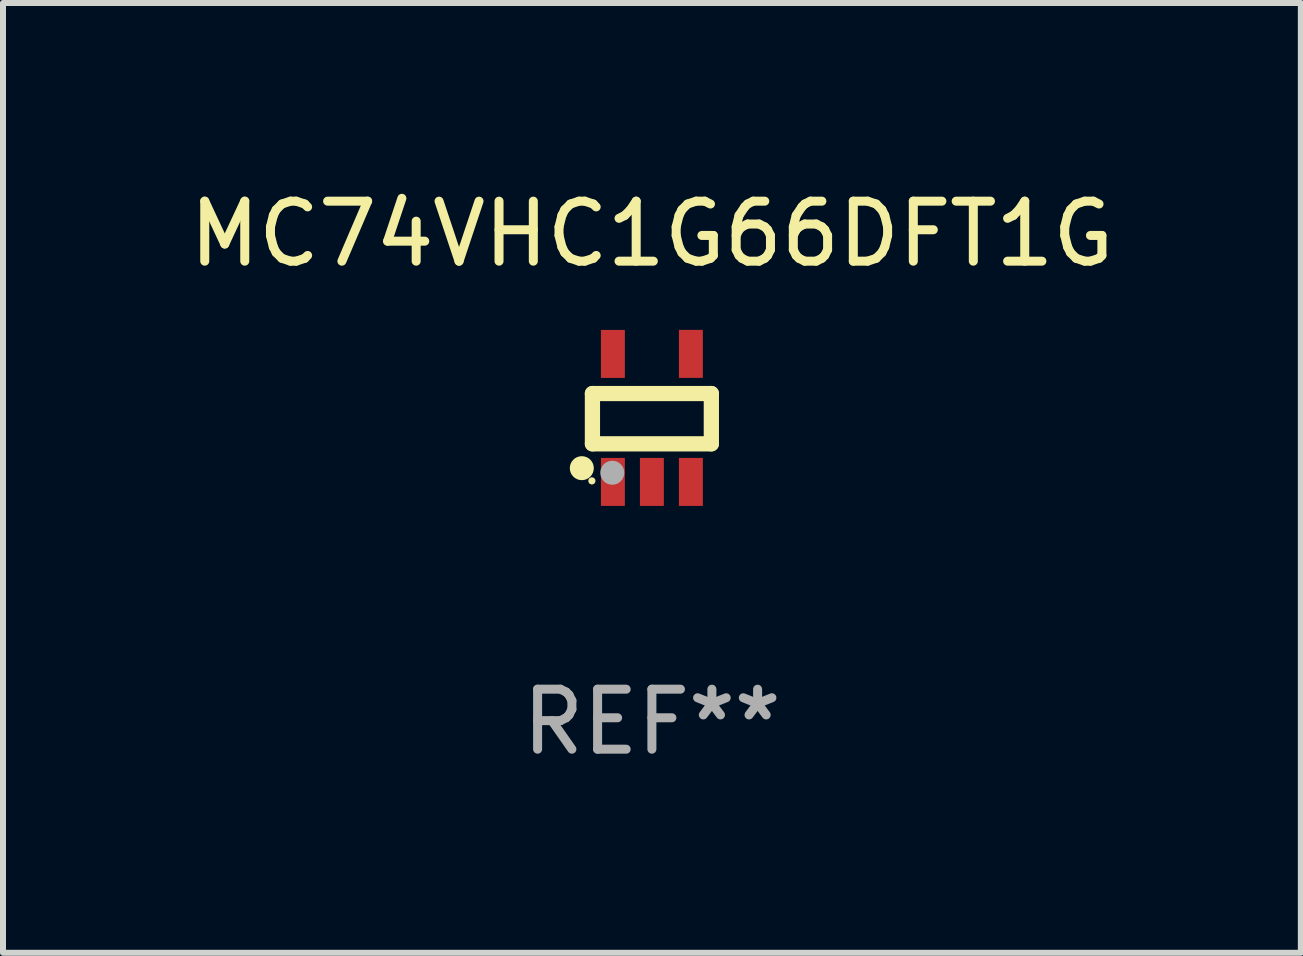
<source format=kicad_pcb>
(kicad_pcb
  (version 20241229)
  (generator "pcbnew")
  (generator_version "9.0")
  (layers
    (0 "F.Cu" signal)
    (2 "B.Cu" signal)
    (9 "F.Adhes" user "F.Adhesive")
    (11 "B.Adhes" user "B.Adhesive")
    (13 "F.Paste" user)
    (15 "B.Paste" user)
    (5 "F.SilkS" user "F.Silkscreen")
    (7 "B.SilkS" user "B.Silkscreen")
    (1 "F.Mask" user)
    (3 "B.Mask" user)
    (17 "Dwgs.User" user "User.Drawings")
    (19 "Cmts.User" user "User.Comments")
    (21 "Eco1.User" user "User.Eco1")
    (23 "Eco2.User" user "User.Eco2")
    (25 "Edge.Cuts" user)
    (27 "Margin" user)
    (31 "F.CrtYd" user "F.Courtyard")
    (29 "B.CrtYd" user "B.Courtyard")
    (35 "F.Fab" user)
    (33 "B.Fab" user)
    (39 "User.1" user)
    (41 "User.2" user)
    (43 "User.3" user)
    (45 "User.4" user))
  (footprint "MC74VHC1G66DFT1G"
    (layer "F.Cu")
    (at 7.815 3.915)
    (property "Reference" "MC74VHC1G66DFT1G" (at 0 -3.067 0) (layer "F.SilkS") (effects (font (size 1 1) (thickness 0.15))))
    (attr through_hole)
    (fp_line (start -0.991 -0.406) (end 0.991 -0.406) (stroke (width 0.254) (type solid)) (layer "F.SilkS"))
    (fp_line (start -0.991 0.432) (end -0.991 -0.406) (stroke (width 0.254) (type solid)) (layer "F.SilkS"))
    (fp_line (start 0.991 -0.406) (end 0.991 0.432) (stroke (width 0.254) (type solid)) (layer "F.SilkS"))
    (fp_line (start 0.991 0.432) (end -0.991 0.432) (stroke (width 0.254) (type solid)) (layer "F.SilkS"))
    (fp_circle (center -1.168 0.838) (end -1.068 0.838) (stroke (width 0.2) (type solid)) (fill no) (layer "F.SilkS"))
    (fp_circle (center -1 1.05) (end -0.97 1.05) (stroke (width 0.06) (type solid)) (fill no) (layer "F.SilkS"))
    (fp_circle (center -0.66 0.914) (end -0.56 0.914) (stroke (width 0.2) (type solid)) (fill no) (layer "F.Fab"))
    (fp_text user "REF**" (at 0 5.067 0) (layer "F.Fab") (effects (font (size 1 1) (thickness 0.15))))
    (pad "1" smd rect (at -0.65 1.067 90) (size 0.8 0.399) (layers "F.Cu" "F.Mask" "F.Paste"))
    (pad "2" smd rect (at 0 1.067 90) (size 0.8 0.399) (layers "F.Cu" "F.Mask" "F.Paste"))
    (pad "3" smd rect (at 0.65 1.067 90) (size 0.8 0.399) (layers "F.Cu" "F.Mask" "F.Paste"))
    (pad "4" smd rect (at 0.65 -1.067 90) (size 0.8 0.399) (layers "F.Cu" "F.Mask" "F.Paste"))
    (pad "5" smd rect (at -0.65 -1.066 90) (size 0.8 0.399) (layers "F.Cu" "F.Mask" "F.Paste")))
  (gr_rect
    (start -3 -3)
    (end 18.631 12.83)
    (stroke (width 0.1) (type default))
    (fill no)
    (layer "Edge.Cuts")))
</source>
